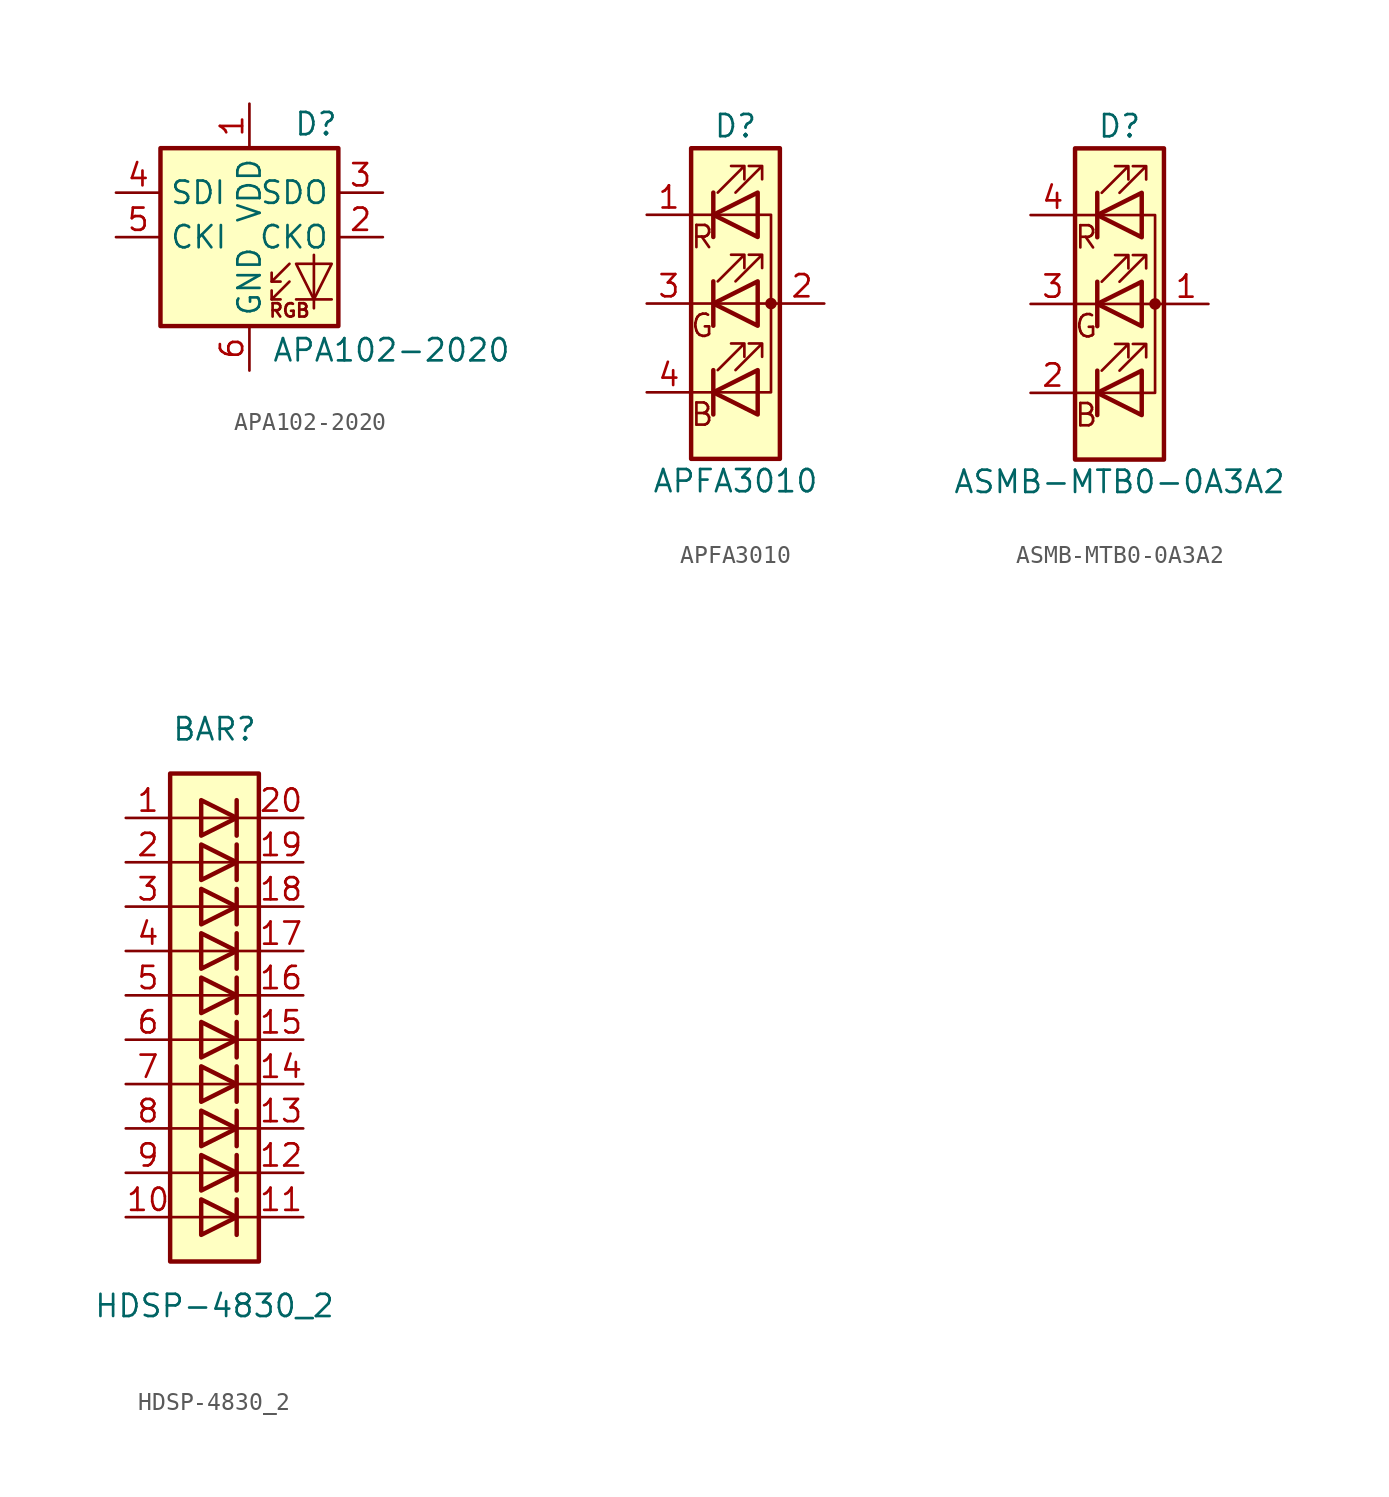
<source format=kicad_sym>
(kicad_symbol_lib
  (version 20231120)
  (generator "kicad_symbol_editor")
  (generator_version "8.0")
  (symbol "APA102-2020"
    (property "Reference" "D"
      (at 5.08 5.715 0)
      (effects (font (size 1.27 1.27)) (justify right bottom)))
    (property "Value" "APA102-2020"
      (at 1.27 -5.715 0)
      (effects (font (size 1.27 1.27)) (justify left top)))
    (symbol "APA102-2020_0_0"
      (text "RGB" (at 2.286 -4.191 0) (effects (font (size 0.762 0.762)))))
    (symbol "APA102-2020_0_1"
      (polyline (pts (xy 1.27 -3.556) (xy 1.778 -3.556)) (stroke (width 0) (type default)) (fill (type none)))
      (polyline (pts (xy 1.27 -2.54) (xy 1.778 -2.54)) (stroke (width 0) (type default)) (fill (type none)))
      (polyline (pts (xy 4.699 -3.556) (xy 2.667 -3.556)) (stroke (width 0) (type default)) (fill (type none)))
      (polyline (pts (xy 2.286 -2.54) (xy 1.27 -3.556) (xy 1.27 -3.048)) (stroke (width 0) (type default)) (fill (type none)))
      (polyline (pts (xy 2.286 -1.524) (xy 1.27 -2.54) (xy 1.27 -2.032)) (stroke (width 0) (type default)) (fill (type none)))
      (polyline (pts (xy 3.683 -1.016) (xy 3.683 -3.556) (xy 3.683 -4.064)) (stroke (width 0) (type default)) (fill (type none)))
      (polyline (pts (xy 4.699 -1.524) (xy 2.667 -1.524) (xy 3.683 -3.556) (xy 4.699 -1.524)) (stroke (width 0) (type default)) (fill (type none)))
      (rectangle (start 5.08 5.08) (end -5.08 -5.08) (stroke (width 0.254) (type default)) (fill (type background))))
    (symbol "APA102-2020_1_1"
      (pin power_in line (at 0 7.62 270) (length 2.54) (name "VDD" (effects (font (size 1.27 1.27)))) (number "1" (effects (font (size 1.27 1.27)))))
      (pin output line (at 7.62 0 180) (length 2.54) (name "CKO" (effects (font (size 1.27 1.27)))) (number "2" (effects (font (size 1.27 1.27)))))
      (pin output line (at 7.62 2.54 180) (length 2.54) (name "SDO" (effects (font (size 1.27 1.27)))) (number "3" (effects (font (size 1.27 1.27)))))
      (pin input line (at -7.62 2.54 0) (length 2.54) (name "SDI" (effects (font (size 1.27 1.27)))) (number "4" (effects (font (size 1.27 1.27)))))
      (pin input line (at -7.62 0 0) (length 2.54) (name "CKI" (effects (font (size 1.27 1.27)))) (number "5" (effects (font (size 1.27 1.27)))))
      (pin power_in line (at 0 -7.62 90) (length 2.54) (name "GND" (effects (font (size 1.27 1.27)))) (number "6" (effects (font (size 1.27 1.27)))))))
  (symbol "APFA3010"
    (pin_names
      (offset 0) hide)
    (property "Reference" "D"
      (at 0 10.16 0)
      (effects (font (size 1.27 1.27))))
    (property "Value" "APFA3010"
      (at 0 -10.16 0)
      (effects (font (size 1.27 1.27))))
    (symbol "APFA3010_0_0"
      (text "B" (at -1.905 -6.35 0) (effects (font (size 1.27 1.27))))
      (text "G" (at -1.905 -1.27 0) (effects (font (size 1.27 1.27))))
      (text "R" (at -1.905 3.81 0) (effects (font (size 1.27 1.27)))))
    (symbol "APFA3010_0_1"
      (rectangle (start -2.54 -8.89) (end 2.54 8.89) (stroke (width 0.254) (type default)) (fill (type background)))
      (polyline (pts (xy -2.54 -5.08) (xy 1.27 -5.08)) (stroke (width 0) (type default)) (fill (type none)))
      (polyline (pts (xy -1.27 -3.81) (xy -1.27 -6.35)) (stroke (width 0.254) (type default)) (fill (type none)))
      (polyline (pts (xy -1.27 1.27) (xy -1.27 -1.27)) (stroke (width 0.254) (type default)) (fill (type none)))
      (polyline (pts (xy -1.27 6.35) (xy -1.27 3.81)) (stroke (width 0.254) (type default)) (fill (type none)))
      (polyline (pts (xy 1.27 5.08) (xy -2.54 5.08)) (stroke (width 0) (type default)) (fill (type none)))
      (polyline (pts (xy 2.54 0) (xy -2.54 0)) (stroke (width 0) (type default)) (fill (type none)))
      (polyline (pts (xy 1.27 -5.08) (xy 2.032 -5.08) (xy 2.032 5.08) (xy 1.27 5.08)) (stroke (width 0) (type default)) (fill (type none)))
      (polyline (pts (xy 1.27 -3.81) (xy 1.27 -6.35) (xy -1.27 -5.08) (xy 1.27 -3.81)) (stroke (width 0.254) (type default)) (fill (type none)))
      (polyline (pts (xy 1.27 1.27) (xy 1.27 -1.27) (xy -1.27 0) (xy 1.27 1.27)) (stroke (width 0.254) (type default)) (fill (type none)))
      (polyline (pts (xy 1.27 6.35) (xy 1.27 3.81) (xy -1.27 5.08) (xy 1.27 6.35)) (stroke (width 0.254) (type default)) (fill (type none)))
      (polyline (pts (xy -1.016 -3.81) (xy 0.508 -2.286) (xy -0.254 -2.286) (xy 0.508 -2.286) (xy 0.508 -3.048)) (stroke (width 0) (type default)) (fill (type none)))
      (polyline (pts (xy -1.016 1.27) (xy 0.508 2.794) (xy -0.254 2.794) (xy 0.508 2.794) (xy 0.508 2.032)) (stroke (width 0) (type default)) (fill (type none)))
      (polyline (pts (xy -1.016 6.35) (xy 0.508 7.874) (xy -0.254 7.874) (xy 0.508 7.874) (xy 0.508 7.112)) (stroke (width 0) (type default)) (fill (type none)))
      (polyline (pts (xy 0 -3.81) (xy 1.524 -2.286) (xy 0.762 -2.286) (xy 1.524 -2.286) (xy 1.524 -3.048)) (stroke (width 0) (type default)) (fill (type none)))
      (polyline (pts (xy 0 1.27) (xy 1.524 2.794) (xy 0.762 2.794) (xy 1.524 2.794) (xy 1.524 2.032)) (stroke (width 0) (type default)) (fill (type none)))
      (polyline (pts (xy 0 6.35) (xy 1.524 7.874) (xy 0.762 7.874) (xy 1.524 7.874) (xy 1.524 7.112)) (stroke (width 0) (type default)) (fill (type none)))
      (rectangle (start 1.27 6.35) (end 1.27 6.35) (stroke (width 0) (type default)) (fill (type none)))
      (circle (center 2.032 0) (radius 0.254) (stroke (width 0) (type default)) (fill (type outline))))
    (symbol "APFA3010_1_1"
      (pin input line (at -5.08 5.08 0) (length 2.54) (name "R" (effects (font (size 1.27 1.27)))) (number "1" (effects (font (size 1.27 1.27)))))
      (pin power_in line (at 5.08 0 180) (length 2.54) (name "A" (effects (font (size 1.27 1.27)))) (number "2" (effects (font (size 1.27 1.27)))))
      (pin input line (at -5.08 0 0) (length 2.54) (name "G" (effects (font (size 1.27 1.27)))) (number "3" (effects (font (size 1.27 1.27)))))
      (pin input line (at -5.08 -5.08 0) (length 2.54) (name "B" (effects (font (size 1.27 1.27)))) (number "4" (effects (font (size 1.27 1.27)))))))
  (symbol "ASMB-MTB0-0A3A2"
    (pin_names
      (offset 0) hide)
    (property "Reference" "D"
      (at 0 10.16 0)
      (effects (font (size 1.27 1.27))))
    (property "Value" "ASMB-MTB0-0A3A2"
      (at 0 -10.16 0)
      (effects (font (size 1.27 1.27))))
    (symbol "ASMB-MTB0-0A3A2_0_0"
      (text "B" (at -1.905 -6.35 0) (effects (font (size 1.27 1.27))))
      (text "G" (at -1.905 -1.27 0) (effects (font (size 1.27 1.27))))
      (text "R" (at -1.905 3.81 0) (effects (font (size 1.27 1.27)))))
    (symbol "ASMB-MTB0-0A3A2_0_1"
      (rectangle (start -2.54 -8.89) (end 2.54 8.89) (stroke (width 0.254) (type default)) (fill (type background)))
      (polyline (pts (xy -2.54 -5.08) (xy 1.27 -5.08)) (stroke (width 0) (type default)) (fill (type none)))
      (polyline (pts (xy -1.27 -3.81) (xy -1.27 -6.35)) (stroke (width 0.254) (type default)) (fill (type none)))
      (polyline (pts (xy -1.27 1.27) (xy -1.27 -1.27)) (stroke (width 0.254) (type default)) (fill (type none)))
      (polyline (pts (xy -1.27 6.35) (xy -1.27 3.81)) (stroke (width 0.254) (type default)) (fill (type none)))
      (polyline (pts (xy 1.27 5.08) (xy -2.54 5.08)) (stroke (width 0) (type default)) (fill (type none)))
      (polyline (pts (xy 2.54 0) (xy -2.54 0)) (stroke (width 0) (type default)) (fill (type none)))
      (polyline (pts (xy 1.27 -5.08) (xy 2.032 -5.08) (xy 2.032 5.08) (xy 1.27 5.08)) (stroke (width 0) (type default)) (fill (type none)))
      (polyline (pts (xy 1.27 -3.81) (xy 1.27 -6.35) (xy -1.27 -5.08) (xy 1.27 -3.81)) (stroke (width 0.254) (type default)) (fill (type none)))
      (polyline (pts (xy 1.27 1.27) (xy 1.27 -1.27) (xy -1.27 0) (xy 1.27 1.27)) (stroke (width 0.254) (type default)) (fill (type none)))
      (polyline (pts (xy 1.27 6.35) (xy 1.27 3.81) (xy -1.27 5.08) (xy 1.27 6.35)) (stroke (width 0.254) (type default)) (fill (type none)))
      (polyline (pts (xy -1.016 -3.81) (xy 0.508 -2.286) (xy -0.254 -2.286) (xy 0.508 -2.286) (xy 0.508 -3.048)) (stroke (width 0) (type default)) (fill (type none)))
      (polyline (pts (xy -1.016 1.27) (xy 0.508 2.794) (xy -0.254 2.794) (xy 0.508 2.794) (xy 0.508 2.032)) (stroke (width 0) (type default)) (fill (type none)))
      (polyline (pts (xy -1.016 6.35) (xy 0.508 7.874) (xy -0.254 7.874) (xy 0.508 7.874) (xy 0.508 7.112)) (stroke (width 0) (type default)) (fill (type none)))
      (polyline (pts (xy 0 -3.81) (xy 1.524 -2.286) (xy 0.762 -2.286) (xy 1.524 -2.286) (xy 1.524 -3.048)) (stroke (width 0) (type default)) (fill (type none)))
      (polyline (pts (xy 0 1.27) (xy 1.524 2.794) (xy 0.762 2.794) (xy 1.524 2.794) (xy 1.524 2.032)) (stroke (width 0) (type default)) (fill (type none)))
      (polyline (pts (xy 0 6.35) (xy 1.524 7.874) (xy 0.762 7.874) (xy 1.524 7.874) (xy 1.524 7.112)) (stroke (width 0) (type default)) (fill (type none)))
      (rectangle (start 1.27 6.35) (end 1.27 6.35) (stroke (width 0) (type default)) (fill (type none)))
      (circle (center 2.032 0) (radius 0.254) (stroke (width 0) (type default)) (fill (type outline))))
    (symbol "ASMB-MTB0-0A3A2_1_1"
      (pin passive line (at 5.08 0 180) (length 2.54) (name "A" (effects (font (size 1.27 1.27)))) (number "1" (effects (font (size 1.27 1.27)))))
      (pin passive line (at -5.08 -5.08 0) (length 2.54) (name "BK" (effects (font (size 1.27 1.27)))) (number "2" (effects (font (size 1.27 1.27)))))
      (pin passive line (at -5.08 0 0) (length 2.54) (name "GK" (effects (font (size 1.27 1.27)))) (number "3" (effects (font (size 1.27 1.27)))))
      (pin passive line (at -5.08 5.08 0) (length 2.54) (name "RK" (effects (font (size 1.27 1.27)))) (number "4" (effects (font (size 1.27 1.27)))))))
  (symbol "HDSP-4830_2"
    (pin_names
      (offset 1.016) hide)
    (property "Reference" "BAR"
      (at 0 15.24 0)
      (effects (font (size 1.27 1.27))))
    (property "Value" "HDSP-4830_2"
      (at 0 -17.78 0)
      (effects (font (size 1.27 1.27))))
    (symbol "HDSP-4830_2_0_1"
      (rectangle (start -2.54 12.7) (end 2.54 -15.24) (stroke (width 0.254) (type default)) (fill (type background)))
      (polyline (pts (xy -2.54 -12.7) (xy 2.54 -12.7)) (stroke (width 0) (type default)) (fill (type none)))
      (polyline (pts (xy -2.54 -10.16) (xy 2.54 -10.16)) (stroke (width 0) (type default)) (fill (type none)))
      (polyline (pts (xy -2.54 -7.62) (xy 2.54 -7.62)) (stroke (width 0) (type default)) (fill (type none)))
      (polyline (pts (xy -2.54 -5.08) (xy 2.54 -5.08)) (stroke (width 0) (type default)) (fill (type none)))
      (polyline (pts (xy -2.54 0) (xy 2.54 0)) (stroke (width 0) (type default)) (fill (type none)))
      (polyline (pts (xy -2.54 5.08) (xy 2.54 5.08)) (stroke (width 0) (type default)) (fill (type none)))
      (polyline (pts (xy -2.54 7.62) (xy 2.54 7.62)) (stroke (width 0) (type default)) (fill (type none)))
      (polyline (pts (xy -2.54 10.16) (xy 2.54 10.16)) (stroke (width 0) (type default)) (fill (type none)))
      (polyline (pts (xy 1.27 -11.684) (xy 1.27 -13.716)) (stroke (width 0.254) (type default)) (fill (type none)))
      (polyline (pts (xy 1.27 -9.144) (xy 1.27 -11.176)) (stroke (width 0.254) (type default)) (fill (type none)))
      (polyline (pts (xy 1.27 -6.604) (xy 1.27 -8.636)) (stroke (width 0.254) (type default)) (fill (type none)))
      (polyline (pts (xy 1.27 -4.064) (xy 1.27 -6.096)) (stroke (width 0.254) (type default)) (fill (type none)))
      (polyline (pts (xy 1.27 -1.524) (xy 1.27 -3.556)) (stroke (width 0.254) (type default)) (fill (type none)))
      (polyline (pts (xy 1.27 1.016) (xy 1.27 -1.016)) (stroke (width 0.254) (type default)) (fill (type none)))
      (polyline (pts (xy 1.27 3.556) (xy 1.27 1.524)) (stroke (width 0.254) (type default)) (fill (type none)))
      (polyline (pts (xy 1.27 6.096) (xy 1.27 4.064)) (stroke (width 0.254) (type default)) (fill (type none)))
      (polyline (pts (xy 1.27 8.636) (xy 1.27 6.604)) (stroke (width 0.254) (type default)) (fill (type none)))
      (polyline (pts (xy 1.27 11.176) (xy 1.27 9.144)) (stroke (width 0.254) (type default)) (fill (type none)))
      (polyline (pts (xy 2.54 -2.54) (xy -2.54 -2.54)) (stroke (width 0) (type default)) (fill (type none)))
      (polyline (pts (xy 2.54 2.54) (xy -2.54 2.54)) (stroke (width 0) (type default)) (fill (type none)))
      (polyline (pts (xy -0.762 -11.684) (xy -0.762 -13.716) (xy 1.27 -12.7) (xy -0.762 -11.684)) (stroke (width 0.254) (type default)) (fill (type none)))
      (polyline (pts (xy -0.762 -9.144) (xy -0.762 -11.176) (xy 1.27 -10.16) (xy -0.762 -9.144)) (stroke (width 0.254) (type default)) (fill (type none)))
      (polyline (pts (xy -0.762 -6.604) (xy -0.762 -8.636) (xy 1.27 -7.62) (xy -0.762 -6.604)) (stroke (width 0.254) (type default)) (fill (type none)))
      (polyline (pts (xy -0.762 -4.064) (xy -0.762 -6.096) (xy 1.27 -5.08) (xy -0.762 -4.064)) (stroke (width 0.254) (type default)) (fill (type none)))
      (polyline (pts (xy -0.762 -1.524) (xy -0.762 -3.556) (xy 1.27 -2.54) (xy -0.762 -1.524)) (stroke (width 0.254) (type default)) (fill (type none)))
      (polyline (pts (xy -0.762 1.016) (xy -0.762 -1.016) (xy 1.27 0) (xy -0.762 1.016)) (stroke (width 0.254) (type default)) (fill (type none)))
      (polyline (pts (xy -0.762 3.556) (xy -0.762 1.524) (xy 1.27 2.54) (xy -0.762 3.556)) (stroke (width 0.254) (type default)) (fill (type none)))
      (polyline (pts (xy -0.762 6.096) (xy -0.762 4.064) (xy 1.27 5.08) (xy -0.762 6.096)) (stroke (width 0.254) (type default)) (fill (type none)))
      (polyline (pts (xy -0.762 8.636) (xy -0.762 6.604) (xy 1.27 7.62) (xy -0.762 8.636)) (stroke (width 0.254) (type default)) (fill (type none)))
      (polyline (pts (xy -0.762 11.176) (xy -0.762 9.144) (xy 1.27 10.16) (xy -0.762 11.176)) (stroke (width 0.254) (type default)) (fill (type none))))
    (symbol "HDSP-4830_2_1_1"
      (pin passive line (at -5.08 10.16 0) (length 2.54) (name "A" (effects (font (size 1.27 1.27)))) (number "1" (effects (font (size 1.27 1.27)))))
      (pin passive line (at -5.08 -12.7 0) (length 2.54) (name "A" (effects (font (size 1.27 1.27)))) (number "10" (effects (font (size 1.27 1.27)))))
      (pin passive line (at 5.08 -12.7 180) (length 2.54) (name "K" (effects (font (size 1.27 1.27)))) (number "11" (effects (font (size 1.27 1.27)))))
      (pin passive line (at 5.08 -10.16 180) (length 2.54) (name "K" (effects (font (size 1.27 1.27)))) (number "12" (effects (font (size 1.27 1.27)))))
      (pin passive line (at 5.08 -7.62 180) (length 2.54) (name "K" (effects (font (size 1.27 1.27)))) (number "13" (effects (font (size 1.27 1.27)))))
      (pin passive line (at 5.08 -5.08 180) (length 2.54) (name "K" (effects (font (size 1.27 1.27)))) (number "14" (effects (font (size 1.27 1.27)))))
      (pin passive line (at 5.08 -2.54 180) (length 2.54) (name "K" (effects (font (size 1.27 1.27)))) (number "15" (effects (font (size 1.27 1.27)))))
      (pin passive line (at 5.08 0 180) (length 2.54) (name "K" (effects (font (size 1.27 1.27)))) (number "16" (effects (font (size 1.27 1.27)))))
      (pin passive line (at 5.08 2.54 180) (length 2.54) (name "K" (effects (font (size 1.27 1.27)))) (number "17" (effects (font (size 1.27 1.27)))))
      (pin passive line (at 5.08 5.08 180) (length 2.54) (name "K" (effects (font (size 1.27 1.27)))) (number "18" (effects (font (size 1.27 1.27)))))
      (pin passive line (at 5.08 7.62 180) (length 2.54) (name "K" (effects (font (size 1.27 1.27)))) (number "19" (effects (font (size 1.27 1.27)))))
      (pin passive line (at -5.08 7.62 0) (length 2.54) (name "A" (effects (font (size 1.27 1.27)))) (number "2" (effects (font (size 1.27 1.27)))))
      (pin passive line (at 5.08 10.16 180) (length 2.54) (name "K" (effects (font (size 1.27 1.27)))) (number "20" (effects (font (size 1.27 1.27)))))
      (pin passive line (at -5.08 5.08 0) (length 2.54) (name "A" (effects (font (size 1.27 1.27)))) (number "3" (effects (font (size 1.27 1.27)))))
      (pin passive line (at -5.08 2.54 0) (length 2.54) (name "A" (effects (font (size 1.27 1.27)))) (number "4" (effects (font (size 1.27 1.27)))))
      (pin passive line (at -5.08 0 0) (length 2.54) (name "A" (effects (font (size 1.27 1.27)))) (number "5" (effects (font (size 1.27 1.27)))))
      (pin passive line (at -5.08 -2.54 0) (length 2.54) (name "A" (effects (font (size 1.27 1.27)))) (number "6" (effects (font (size 1.27 1.27)))))
      (pin passive line (at -5.08 -5.08 0) (length 2.54) (name "A" (effects (font (size 1.27 1.27)))) (number "7" (effects (font (size 1.27 1.27)))))
      (pin passive line (at -5.08 -7.62 0) (length 2.54) (name "A" (effects (font (size 1.27 1.27)))) (number "8" (effects (font (size 1.27 1.27)))))
      (pin passive line (at -5.08 -10.16 0) (length 2.54) (name "A" (effects (font (size 1.27 1.27)))) (number "9" (effects (font (size 1.27 1.27))))))))
</source>
